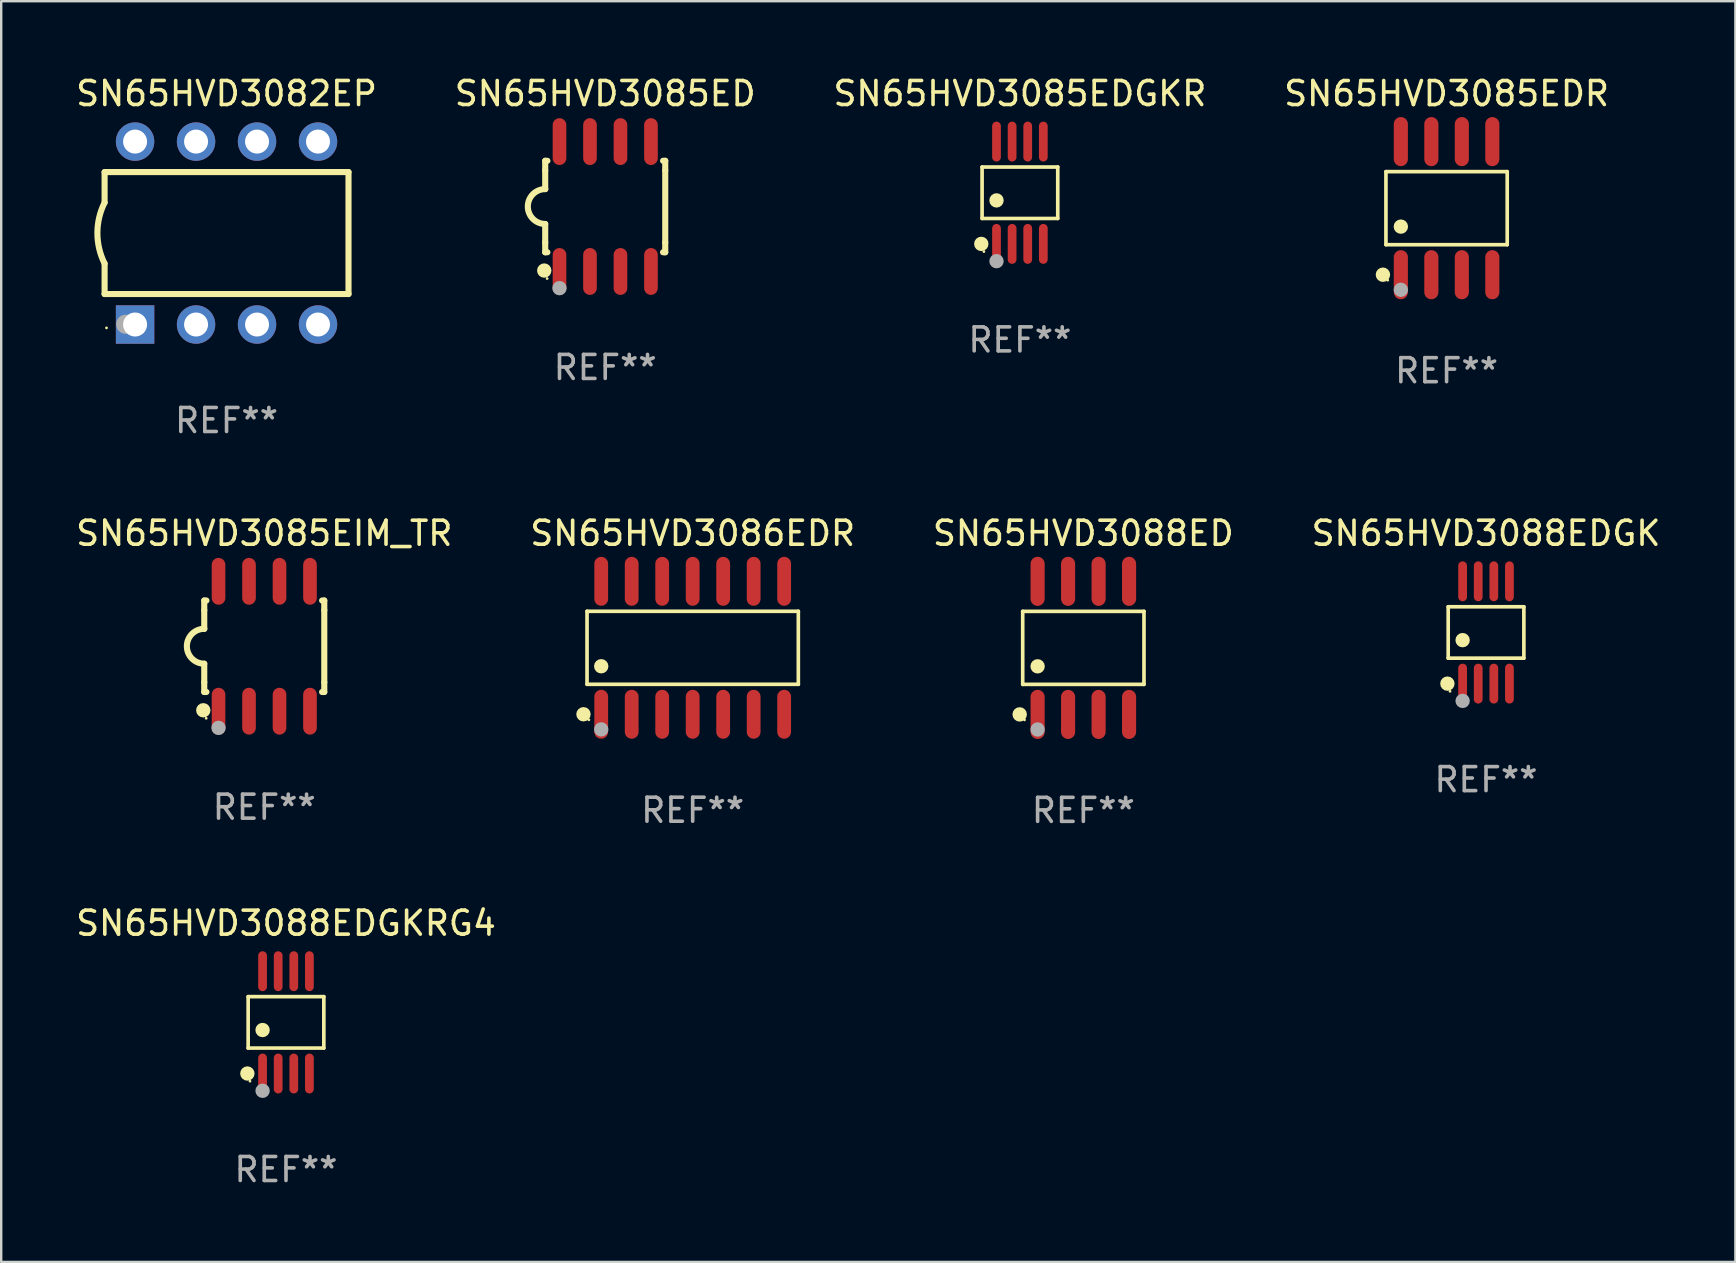
<source format=kicad_pcb>
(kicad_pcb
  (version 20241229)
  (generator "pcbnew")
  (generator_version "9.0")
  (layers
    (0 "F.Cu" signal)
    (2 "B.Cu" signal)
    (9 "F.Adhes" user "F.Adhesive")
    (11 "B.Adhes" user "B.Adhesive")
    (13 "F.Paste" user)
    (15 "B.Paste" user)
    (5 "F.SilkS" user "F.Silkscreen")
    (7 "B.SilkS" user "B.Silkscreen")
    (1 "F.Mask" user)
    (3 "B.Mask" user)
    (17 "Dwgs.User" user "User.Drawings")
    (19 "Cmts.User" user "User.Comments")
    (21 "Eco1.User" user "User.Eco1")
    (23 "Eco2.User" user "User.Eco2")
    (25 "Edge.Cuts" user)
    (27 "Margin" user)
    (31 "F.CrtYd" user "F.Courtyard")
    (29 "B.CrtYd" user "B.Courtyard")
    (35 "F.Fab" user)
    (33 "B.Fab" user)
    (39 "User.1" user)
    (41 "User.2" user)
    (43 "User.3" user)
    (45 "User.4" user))
  (footprint "SN65HVD3086EDR"
    (layer "F.Cu")
    (at 25.804 23.934)
    (property "Reference" "SN65HVD3086EDR" (at 0 -4.769 0) (layer "F.SilkS") (effects (font (size 1 1) (thickness 0.15))))
    (attr through_hole)
    (fp_line (start -4.401 -1.521) (end 4.401 -1.521) (stroke (width 0.152) (type solid)) (layer "F.SilkS"))
    (fp_line (start -4.401 1.521) (end -4.401 -1.521) (stroke (width 0.152) (type solid)) (layer "F.SilkS"))
    (fp_line (start 4.401 -1.521) (end 4.401 1.521) (stroke (width 0.152) (type solid)) (layer "F.SilkS"))
    (fp_line (start 4.401 1.521) (end -4.401 1.521) (stroke (width 0.152) (type solid)) (layer "F.SilkS"))
    (fp_circle (center -4.549 2.769) (end -4.399 2.769) (stroke (width 0.3) (type solid)) (fill no) (layer "F.SilkS"))
    (fp_circle (center -4.325 3) (end -4.295 3) (stroke (width 0.06) (type solid)) (fill no) (layer "F.SilkS"))
    (fp_circle (center -3.81 0.769) (end -3.66 0.769) (stroke (width 0.3) (type solid)) (fill no) (layer "F.SilkS"))
    (fp_circle (center -3.81 3.4) (end -3.66 3.4) (stroke (width 0.3) (type solid)) (fill no) (layer "F.Fab"))
    (fp_text user "REF**" (at 0 6.769 0) (layer "F.Fab") (effects (font (size 1 1) (thickness 0.15))))
    (pad "1" smd oval (at -3.81 2.769) (size 0.574 2.038) (layers "F.Cu" "F.Mask" "F.Paste"))
    (pad "2" smd oval (at -2.54 2.769) (size 0.574 2.038) (layers "F.Cu" "F.Mask" "F.Paste"))
    (pad "3" smd oval (at -1.27 2.769) (size 0.574 2.038) (layers "F.Cu" "F.Mask" "F.Paste"))
    (pad "4" smd oval (at 0 2.769) (size 0.574 2.038) (layers "F.Cu" "F.Mask" "F.Paste"))
    (pad "5" smd oval (at 1.27 2.769) (size 0.574 2.038) (layers "F.Cu" "F.Mask" "F.Paste"))
    (pad "6" smd oval (at 2.54 2.769) (size 0.574 2.038) (layers "F.Cu" "F.Mask" "F.Paste"))
    (pad "7" smd oval (at 3.81 2.769) (size 0.574 2.038) (layers "F.Cu" "F.Mask" "F.Paste"))
    (pad "8" smd oval (at 3.81 -2.769) (size 0.574 2.038) (layers "F.Cu" "F.Mask" "F.Paste"))
    (pad "9" smd oval (at 2.54 -2.769) (size 0.574 2.038) (layers "F.Cu" "F.Mask" "F.Paste"))
    (pad "10" smd oval (at 1.27 -2.769) (size 0.574 2.038) (layers "F.Cu" "F.Mask" "F.Paste"))
    (pad "11" smd oval (at 0 -2.769) (size 0.574 2.038) (layers "F.Cu" "F.Mask" "F.Paste"))
    (pad "12" smd oval (at -1.27 -2.769) (size 0.574 2.038) (layers "F.Cu" "F.Mask" "F.Paste"))
    (pad "13" smd oval (at -2.54 -2.769) (size 0.574 2.038) (layers "F.Cu" "F.Mask" "F.Paste"))
    (pad "14" smd oval (at -3.81 -2.769) (size 0.574 2.038) (layers "F.Cu" "F.Mask" "F.Paste")))
  (footprint "SN65HVD3088EDGK"
    (layer "F.Cu")
    (at 58.851 23.296)
    (property "Reference" "SN65HVD3088EDGK" (at 0 -4.131 0) (layer "F.SilkS") (effects (font (size 1 1) (thickness 0.15))))
    (attr through_hole)
    (fp_line (start -1.576 -1.071) (end 1.576 -1.071) (stroke (width 0.152) (type solid)) (layer "F.SilkS"))
    (fp_line (start -1.576 1.071) (end -1.576 -1.071) (stroke (width 0.152) (type solid)) (layer "F.SilkS"))
    (fp_line (start 1.576 -1.071) (end 1.576 1.071) (stroke (width 0.152) (type solid)) (layer "F.SilkS"))
    (fp_line (start 1.576 1.071) (end -1.576 1.071) (stroke (width 0.152) (type solid)) (layer "F.SilkS"))
    (fp_circle (center -1.609 2.131) (end -1.459 2.131) (stroke (width 0.3) (type solid)) (fill no) (layer "F.SilkS"))
    (fp_circle (center -1.5 2.45) (end -1.47 2.45) (stroke (width 0.06) (type solid)) (fill no) (layer "F.SilkS"))
    (fp_circle (center -0.975 0.319) (end -0.825 0.319) (stroke (width 0.3) (type solid)) (fill no) (layer "F.SilkS"))
    (fp_circle (center -0.975 2.85) (end -0.825 2.85) (stroke (width 0.3) (type solid)) (fill no) (layer "F.Fab"))
    (fp_text user "REF**" (at 0 6.131 0) (layer "F.Fab") (effects (font (size 1 1) (thickness 0.15))))
    (pad "1" smd oval (at -0.975 2.131) (size 0.364 1.662) (layers "F.Cu" "F.Mask" "F.Paste"))
    (pad "2" smd oval (at -0.325 2.131) (size 0.364 1.662) (layers "F.Cu" "F.Mask" "F.Paste"))
    (pad "3" smd oval (at 0.325 2.131) (size 0.364 1.662) (layers "F.Cu" "F.Mask" "F.Paste"))
    (pad "4" smd oval (at 0.975 2.131) (size 0.364 1.662) (layers "F.Cu" "F.Mask" "F.Paste"))
    (pad "5" smd oval (at 0.975 -2.131) (size 0.364 1.662) (layers "F.Cu" "F.Mask" "F.Paste"))
    (pad "6" smd oval (at 0.325 -2.131) (size 0.364 1.662) (layers "F.Cu" "F.Mask" "F.Paste"))
    (pad "7" smd oval (at -0.325 -2.131) (size 0.364 1.662) (layers "F.Cu" "F.Mask" "F.Paste"))
    (pad "8" smd oval (at -0.975 -2.131) (size 0.364 1.662) (layers "F.Cu" "F.Mask" "F.Paste")))
  (footprint "SN65HVD3085ED"
    (layer "F.Cu")
    (at 22.161 5.553)
    (property "Reference" "SN65HVD3085ED" (at 0 -4.705 0) (layer "F.SilkS") (effects (font (size 1 1) (thickness 0.15))))
    (attr through_hole)
    (fp_line (start -2.5 -1.905) (end -2.409 -1.905) (stroke (width 0.254) (type solid)) (layer "F.SilkS"))
    (fp_line (start -2.5 -1.5) (end -2.5 -1.905) (stroke (width 0.254) (type solid)) (layer "F.SilkS"))
    (fp_line (start -2.5 -1.5) (end -2.5 -0.726) (stroke (width 0.254) (type solid)) (layer "F.SilkS"))
    (fp_line (start -2.5 1.5) (end -2.5 0.727) (stroke (width 0.254) (type solid)) (layer "F.SilkS"))
    (fp_line (start -2.5 1.5) (end -2.5 1.905) (stroke (width 0.254) (type solid)) (layer "F.SilkS"))
    (fp_line (start -2.5 1.905) (end -2.409 1.905) (stroke (width 0.254) (type solid)) (layer "F.SilkS"))
    (fp_line (start 2.5 -1.905) (end 2.409 -1.905) (stroke (width 0.254) (type solid)) (layer "F.SilkS"))
    (fp_line (start 2.5 -1.5) (end 2.5 -1.905) (stroke (width 0.254) (type solid)) (layer "F.SilkS"))
    (fp_line (start 2.5 -1.5) (end 2.5 1.5) (stroke (width 0.254) (type solid)) (layer "F.SilkS"))
    (fp_line (start 2.5 1.5) (end 2.5 1.905) (stroke (width 0.254) (type solid)) (layer "F.SilkS"))
    (fp_line (start 2.5 1.905) (end 2.409 1.905) (stroke (width 0.254) (type solid)) (layer "F.SilkS"))
    (fp_arc (start -2.5 0.726568) (mid -3.220316 -0.0023) (end -2.495097 -0.726289) (stroke (width 0.254001) (type solid)) (layer "F.SilkS"))
    (fp_circle (center -2.54 2.667) (end -2.39 2.667) (stroke (width 0.3) (type solid)) (fill no) (layer "F.SilkS"))
    (fp_circle (center -2.42 3) (end -2.39 3) (stroke (width 0.06) (type solid)) (fill no) (layer "F.SilkS"))
    (fp_circle (center -1.905 3.4) (end -1.755 3.4) (stroke (width 0.3) (type solid)) (fill no) (layer "F.Fab"))
    (fp_text user "REF**" (at 0 6.705 0) (layer "F.Fab") (effects (font (size 1 1) (thickness 0.15))))
    (pad "1" smd oval (at -1.905 2.705) (size 0.568 1.95) (layers "F.Cu" "F.Mask" "F.Paste"))
    (pad "2" smd oval (at -0.635 2.705) (size 0.568 1.95) (layers "F.Cu" "F.Mask" "F.Paste"))
    (pad "3" smd oval (at 0.635 2.705) (size 0.568 1.95) (layers "F.Cu" "F.Mask" "F.Paste"))
    (pad "4" smd oval (at 1.905 2.705) (size 0.568 1.95) (layers "F.Cu" "F.Mask" "F.Paste"))
    (pad "5" smd oval (at 1.905 -2.705) (size 0.568 1.95) (layers "F.Cu" "F.Mask" "F.Paste"))
    (pad "6" smd oval (at 0.635 -2.705) (size 0.568 1.95) (layers "F.Cu" "F.Mask" "F.Paste"))
    (pad "7" smd oval (at -0.635 -2.705) (size 0.568 1.95) (layers "F.Cu" "F.Mask" "F.Paste"))
    (pad "8" smd oval (at -1.905 -2.705) (size 0.568 1.95) (layers "F.Cu" "F.Mask" "F.Paste")))
  (footprint "SN65HVD3082EP"
    (layer "F.Cu")
    (at 6.387 6.658)
    (property "Reference" "SN65HVD3082EP" (at 0 -5.81 0) (layer "F.SilkS") (effects (font (size 1 1) (thickness 0.15))))
    (attr through_hole)
    (fp_line (start -5.08 -1.27) (end -5.08 -2.54) (stroke (width 0.254) (type solid)) (layer "F.SilkS"))
    (fp_line (start -5.08 2.54) (end -5.08 1.27) (stroke (width 0.254) (type solid)) (layer "F.SilkS"))
    (fp_line (start 5.08 -2.54) (end -5.08 -2.54) (stroke (width 0.254) (type solid)) (layer "F.SilkS"))
    (fp_line (start 5.08 2.54) (end -5.08 2.54) (stroke (width 0.254) (type solid)) (layer "F.SilkS"))
    (fp_line (start 5.08 2.54) (end 5.08 -2.54) (stroke (width 0.254) (type solid)) (layer "F.SilkS"))
    (fp_arc (start -5.080011 1.270002) (mid -5.379818 -0.000001) (end -5.08001 -1.270003) (stroke (width 0.254001) (type solid)) (layer "F.SilkS"))
    (fp_circle (center -5 3.95) (end -4.97 3.95) (stroke (width 0.06) (type solid)) (fill no) (layer "F.SilkS"))
    (fp_circle (center -4.2 3.8) (end -4 3.8) (stroke (width 0.4) (type solid)) (fill no) (layer "F.Fab"))
    (fp_text user "REF**" (at 0 7.81 0) (layer "F.Fab") (effects (font (size 1 1) (thickness 0.15))))
    (pad "1" thru_hole rect (at -3.81 3.81) (size 1.6 1.6) (drill 1) (layers "*.Cu" "*.Mask"))
    (pad "2" thru_hole circle (at -1.27 3.81) (size 1.6 1.6) (drill 1) (layers "*.Cu" "*.Mask"))
    (pad "3" thru_hole circle (at 1.27 3.81) (size 1.6 1.6) (drill 1) (layers "*.Cu" "*.Mask"))
    (pad "4" thru_hole circle (at 3.81 3.81) (size 1.6 1.6) (drill 1) (layers "*.Cu" "*.Mask"))
    (pad "5" thru_hole circle (at 3.81 -3.81) (size 1.6 1.6) (drill 1) (layers "*.Cu" "*.Mask"))
    (pad "6" thru_hole circle (at 1.27 -3.81) (size 1.6 1.6) (drill 1) (layers "*.Cu" "*.Mask"))
    (pad "7" thru_hole circle (at -1.27 -3.81) (size 1.6 1.6) (drill 1) (layers "*.Cu" "*.Mask"))
    (pad "8" thru_hole circle (at -3.81 -3.81) (size 1.6 1.6) (drill 1) (layers "*.Cu" "*.Mask")))
  (footprint "SN65HVD3085EDGKR"
    (layer "F.Cu")
    (at 39.435 4.979)
    (property "Reference" "SN65HVD3085EDGKR" (at 0 -4.131 0) (layer "F.SilkS") (effects (font (size 1 1) (thickness 0.15))))
    (attr through_hole)
    (fp_line (start -1.576 -1.071) (end 1.576 -1.071) (stroke (width 0.152) (type solid)) (layer "F.SilkS"))
    (fp_line (start -1.576 1.071) (end -1.576 -1.071) (stroke (width 0.152) (type solid)) (layer "F.SilkS"))
    (fp_line (start 1.576 -1.071) (end 1.576 1.071) (stroke (width 0.152) (type solid)) (layer "F.SilkS"))
    (fp_line (start 1.576 1.071) (end -1.576 1.071) (stroke (width 0.152) (type solid)) (layer "F.SilkS"))
    (fp_circle (center -1.609 2.131) (end -1.459 2.131) (stroke (width 0.3) (type solid)) (fill no) (layer "F.SilkS"))
    (fp_circle (center -1.5 2.45) (end -1.47 2.45) (stroke (width 0.06) (type solid)) (fill no) (layer "F.SilkS"))
    (fp_circle (center -0.975 0.319) (end -0.825 0.319) (stroke (width 0.3) (type solid)) (fill no) (layer "F.SilkS"))
    (fp_circle (center -0.975 2.85) (end -0.825 2.85) (stroke (width 0.3) (type solid)) (fill no) (layer "F.Fab"))
    (fp_text user "REF**" (at 0 6.131 0) (layer "F.Fab") (effects (font (size 1 1) (thickness 0.15))))
    (pad "1" smd oval (at -0.975 2.131) (size 0.364 1.662) (layers "F.Cu" "F.Mask" "F.Paste"))
    (pad "2" smd oval (at -0.325 2.131) (size 0.364 1.662) (layers "F.Cu" "F.Mask" "F.Paste"))
    (pad "3" smd oval (at 0.325 2.131) (size 0.364 1.662) (layers "F.Cu" "F.Mask" "F.Paste"))
    (pad "4" smd oval (at 0.975 2.131) (size 0.364 1.662) (layers "F.Cu" "F.Mask" "F.Paste"))
    (pad "5" smd oval (at 0.975 -2.131) (size 0.364 1.662) (layers "F.Cu" "F.Mask" "F.Paste"))
    (pad "6" smd oval (at 0.325 -2.131) (size 0.364 1.662) (layers "F.Cu" "F.Mask" "F.Paste"))
    (pad "7" smd oval (at -0.325 -2.131) (size 0.364 1.662) (layers "F.Cu" "F.Mask" "F.Paste"))
    (pad "8" smd oval (at -0.975 -2.131) (size 0.364 1.662) (layers "F.Cu" "F.Mask" "F.Paste")))
  (footprint "SN65HVD3088ED"
    (layer "F.Cu")
    (at 42.077 23.937)
    (property "Reference" "SN65HVD3088ED" (at 0 -4.772 0) (layer "F.SilkS") (effects (font (size 1 1) (thickness 0.15))))
    (attr through_hole)
    (fp_line (start -2.526 -1.521) (end 2.526 -1.521) (stroke (width 0.152) (type solid)) (layer "F.SilkS"))
    (fp_line (start -2.526 1.521) (end -2.526 -1.521) (stroke (width 0.152) (type solid)) (layer "F.SilkS"))
    (fp_line (start 2.526 -1.521) (end 2.526 1.521) (stroke (width 0.152) (type solid)) (layer "F.SilkS"))
    (fp_line (start 2.526 1.521) (end -2.526 1.521) (stroke (width 0.152) (type solid)) (layer "F.SilkS"))
    (fp_circle (center -2.652 2.772) (end -2.501 2.772) (stroke (width 0.3) (type solid)) (fill no) (layer "F.SilkS"))
    (fp_circle (center -2.45 3) (end -2.42 3) (stroke (width 0.06) (type solid)) (fill no) (layer "F.SilkS"))
    (fp_circle (center -1.905 0.769) (end -1.755 0.769) (stroke (width 0.3) (type solid)) (fill no) (layer "F.SilkS"))
    (fp_circle (center -1.905 3.4) (end -1.755 3.4) (stroke (width 0.3) (type solid)) (fill no) (layer "F.Fab"))
    (fp_text user "REF**" (at 0 6.772 0) (layer "F.Fab") (effects (font (size 1 1) (thickness 0.15))))
    (pad "1" smd oval (at -1.905 2.772) (size 0.588 2.045) (layers "F.Cu" "F.Mask" "F.Paste"))
    (pad "2" smd oval (at -0.635 2.772) (size 0.588 2.045) (layers "F.Cu" "F.Mask" "F.Paste"))
    (pad "3" smd oval (at 0.635 2.772) (size 0.588 2.045) (layers "F.Cu" "F.Mask" "F.Paste"))
    (pad "4" smd oval (at 1.905 2.772) (size 0.588 2.045) (layers "F.Cu" "F.Mask" "F.Paste"))
    (pad "5" smd oval (at 1.905 -2.772) (size 0.588 2.045) (layers "F.Cu" "F.Mask" "F.Paste"))
    (pad "6" smd oval (at 0.635 -2.772) (size 0.588 2.045) (layers "F.Cu" "F.Mask" "F.Paste"))
    (pad "7" smd oval (at -0.635 -2.772) (size 0.588 2.045) (layers "F.Cu" "F.Mask" "F.Paste"))
    (pad "8" smd oval (at -1.905 -2.772) (size 0.588 2.045) (layers "F.Cu" "F.Mask" "F.Paste")))
  (footprint "SN65HVD3088EDGKRG4"
    (layer "F.Cu")
    (at 8.863 39.537)
    (property "Reference" "SN65HVD3088EDGKRG4" (at 0 -4.131 0) (layer "F.SilkS") (effects (font (size 1 1) (thickness 0.15))))
    (attr through_hole)
    (fp_line (start -1.576 -1.071) (end 1.576 -1.071) (stroke (width 0.152) (type solid)) (layer "F.SilkS"))
    (fp_line (start -1.576 1.071) (end -1.576 -1.071) (stroke (width 0.152) (type solid)) (layer "F.SilkS"))
    (fp_line (start 1.576 -1.071) (end 1.576 1.071) (stroke (width 0.152) (type solid)) (layer "F.SilkS"))
    (fp_line (start 1.576 1.071) (end -1.576 1.071) (stroke (width 0.152) (type solid)) (layer "F.SilkS"))
    (fp_circle (center -1.609 2.131) (end -1.459 2.131) (stroke (width 0.3) (type solid)) (fill no) (layer "F.SilkS"))
    (fp_circle (center -1.5 2.45) (end -1.47 2.45) (stroke (width 0.06) (type solid)) (fill no) (layer "F.SilkS"))
    (fp_circle (center -0.975 0.319) (end -0.825 0.319) (stroke (width 0.3) (type solid)) (fill no) (layer "F.SilkS"))
    (fp_circle (center -0.975 2.85) (end -0.825 2.85) (stroke (width 0.3) (type solid)) (fill no) (layer "F.Fab"))
    (fp_text user "REF**" (at 0 6.131 0) (layer "F.Fab") (effects (font (size 1 1) (thickness 0.15))))
    (pad "1" smd oval (at -0.975 2.131) (size 0.364 1.662) (layers "F.Cu" "F.Mask" "F.Paste"))
    (pad "2" smd oval (at -0.325 2.131) (size 0.364 1.662) (layers "F.Cu" "F.Mask" "F.Paste"))
    (pad "3" smd oval (at 0.325 2.131) (size 0.364 1.662) (layers "F.Cu" "F.Mask" "F.Paste"))
    (pad "4" smd oval (at 0.975 2.131) (size 0.364 1.662) (layers "F.Cu" "F.Mask" "F.Paste"))
    (pad "5" smd oval (at 0.975 -2.131) (size 0.364 1.662) (layers "F.Cu" "F.Mask" "F.Paste"))
    (pad "6" smd oval (at 0.325 -2.131) (size 0.364 1.662) (layers "F.Cu" "F.Mask" "F.Paste"))
    (pad "7" smd oval (at -0.325 -2.131) (size 0.364 1.662) (layers "F.Cu" "F.Mask" "F.Paste"))
    (pad "8" smd oval (at -0.975 -2.131) (size 0.364 1.662) (layers "F.Cu" "F.Mask" "F.Paste")))
  (footprint "SN65HVD3085EIM_TR"
    (layer "F.Cu")
    (at 7.958 23.87)
    (property "Reference" "SN65HVD3085EIM_TR" (at 0 -4.705 0) (layer "F.SilkS") (effects (font (size 1 1) (thickness 0.15))))
    (attr through_hole)
    (fp_line (start -2.5 -1.905) (end -2.409 -1.905) (stroke (width 0.254) (type solid)) (layer "F.SilkS"))
    (fp_line (start -2.5 -1.5) (end -2.5 -1.905) (stroke (width 0.254) (type solid)) (layer "F.SilkS"))
    (fp_line (start -2.5 -1.5) (end -2.5 -0.726) (stroke (width 0.254) (type solid)) (layer "F.SilkS"))
    (fp_line (start -2.5 1.5) (end -2.5 0.727) (stroke (width 0.254) (type solid)) (layer "F.SilkS"))
    (fp_line (start -2.5 1.5) (end -2.5 1.905) (stroke (width 0.254) (type solid)) (layer "F.SilkS"))
    (fp_line (start -2.5 1.905) (end -2.409 1.905) (stroke (width 0.254) (type solid)) (layer "F.SilkS"))
    (fp_line (start 2.5 -1.905) (end 2.409 -1.905) (stroke (width 0.254) (type solid)) (layer "F.SilkS"))
    (fp_line (start 2.5 -1.5) (end 2.5 -1.905) (stroke (width 0.254) (type solid)) (layer "F.SilkS"))
    (fp_line (start 2.5 -1.5) (end 2.5 1.5) (stroke (width 0.254) (type solid)) (layer "F.SilkS"))
    (fp_line (start 2.5 1.5) (end 2.5 1.905) (stroke (width 0.254) (type solid)) (layer "F.SilkS"))
    (fp_line (start 2.5 1.905) (end 2.409 1.905) (stroke (width 0.254) (type solid)) (layer "F.SilkS"))
    (fp_arc (start -2.5 0.726568) (mid -3.220316 -0.0023) (end -2.495097 -0.726289) (stroke (width 0.254001) (type solid)) (layer "F.SilkS"))
    (fp_circle (center -2.54 2.667) (end -2.39 2.667) (stroke (width 0.3) (type solid)) (fill no) (layer "F.SilkS"))
    (fp_circle (center -2.42 3) (end -2.39 3) (stroke (width 0.06) (type solid)) (fill no) (layer "F.SilkS"))
    (fp_circle (center -1.905 3.4) (end -1.755 3.4) (stroke (width 0.3) (type solid)) (fill no) (layer "F.Fab"))
    (fp_text user "REF**" (at 0 6.705 0) (layer "F.Fab") (effects (font (size 1 1) (thickness 0.15))))
    (pad "1" smd oval (at -1.905 2.705) (size 0.568 1.95) (layers "F.Cu" "F.Mask" "F.Paste"))
    (pad "2" smd oval (at -0.635 2.705) (size 0.568 1.95) (layers "F.Cu" "F.Mask" "F.Paste"))
    (pad "3" smd oval (at 0.635 2.705) (size 0.568 1.95) (layers "F.Cu" "F.Mask" "F.Paste"))
    (pad "4" smd oval (at 1.905 2.705) (size 0.568 1.95) (layers "F.Cu" "F.Mask" "F.Paste"))
    (pad "5" smd oval (at 1.905 -2.705) (size 0.568 1.95) (layers "F.Cu" "F.Mask" "F.Paste"))
    (pad "6" smd oval (at 0.635 -2.705) (size 0.568 1.95) (layers "F.Cu" "F.Mask" "F.Paste"))
    (pad "7" smd oval (at -0.635 -2.705) (size 0.568 1.95) (layers "F.Cu" "F.Mask" "F.Paste"))
    (pad "8" smd oval (at -1.905 -2.705) (size 0.568 1.95) (layers "F.Cu" "F.Mask" "F.Paste")))
  (footprint "SN65HVD3085EDR"
    (layer "F.Cu")
    (at 57.208 5.621)
    (property "Reference" "SN65HVD3085EDR" (at 0 -4.772 0) (layer "F.SilkS") (effects (font (size 1 1) (thickness 0.15))))
    (attr through_hole)
    (fp_line (start -2.526 -1.521) (end 2.526 -1.521) (stroke (width 0.152) (type solid)) (layer "F.SilkS"))
    (fp_line (start -2.526 1.521) (end -2.526 -1.521) (stroke (width 0.152) (type solid)) (layer "F.SilkS"))
    (fp_line (start 2.526 -1.521) (end 2.526 1.521) (stroke (width 0.152) (type solid)) (layer "F.SilkS"))
    (fp_line (start 2.526 1.521) (end -2.526 1.521) (stroke (width 0.152) (type solid)) (layer "F.SilkS"))
    (fp_circle (center -2.652 2.772) (end -2.501 2.772) (stroke (width 0.3) (type solid)) (fill no) (layer "F.SilkS"))
    (fp_circle (center -2.45 3) (end -2.42 3) (stroke (width 0.06) (type solid)) (fill no) (layer "F.SilkS"))
    (fp_circle (center -1.905 0.769) (end -1.755 0.769) (stroke (width 0.3) (type solid)) (fill no) (layer "F.SilkS"))
    (fp_circle (center -1.905 3.4) (end -1.755 3.4) (stroke (width 0.3) (type solid)) (fill no) (layer "F.Fab"))
    (fp_text user "REF**" (at 0 6.772 0) (layer "F.Fab") (effects (font (size 1 1) (thickness 0.15))))
    (pad "1" smd oval (at -1.905 2.772) (size 0.588 2.045) (layers "F.Cu" "F.Mask" "F.Paste"))
    (pad "2" smd oval (at -0.635 2.772) (size 0.588 2.045) (layers "F.Cu" "F.Mask" "F.Paste"))
    (pad "3" smd oval (at 0.635 2.772) (size 0.588 2.045) (layers "F.Cu" "F.Mask" "F.Paste"))
    (pad "4" smd oval (at 1.905 2.772) (size 0.588 2.045) (layers "F.Cu" "F.Mask" "F.Paste"))
    (pad "5" smd oval (at 1.905 -2.772) (size 0.588 2.045) (layers "F.Cu" "F.Mask" "F.Paste"))
    (pad "6" smd oval (at 0.635 -2.772) (size 0.588 2.045) (layers "F.Cu" "F.Mask" "F.Paste"))
    (pad "7" smd oval (at -0.635 -2.772) (size 0.588 2.045) (layers "F.Cu" "F.Mask" "F.Paste"))
    (pad "8" smd oval (at -1.905 -2.772) (size 0.588 2.045) (layers "F.Cu" "F.Mask" "F.Paste")))
  (gr_rect
    (start -3 -3)
    (end 69.238 49.516)
    (stroke (width 0.1) (type default))
    (fill no)
    (layer "Edge.Cuts")))
</source>
